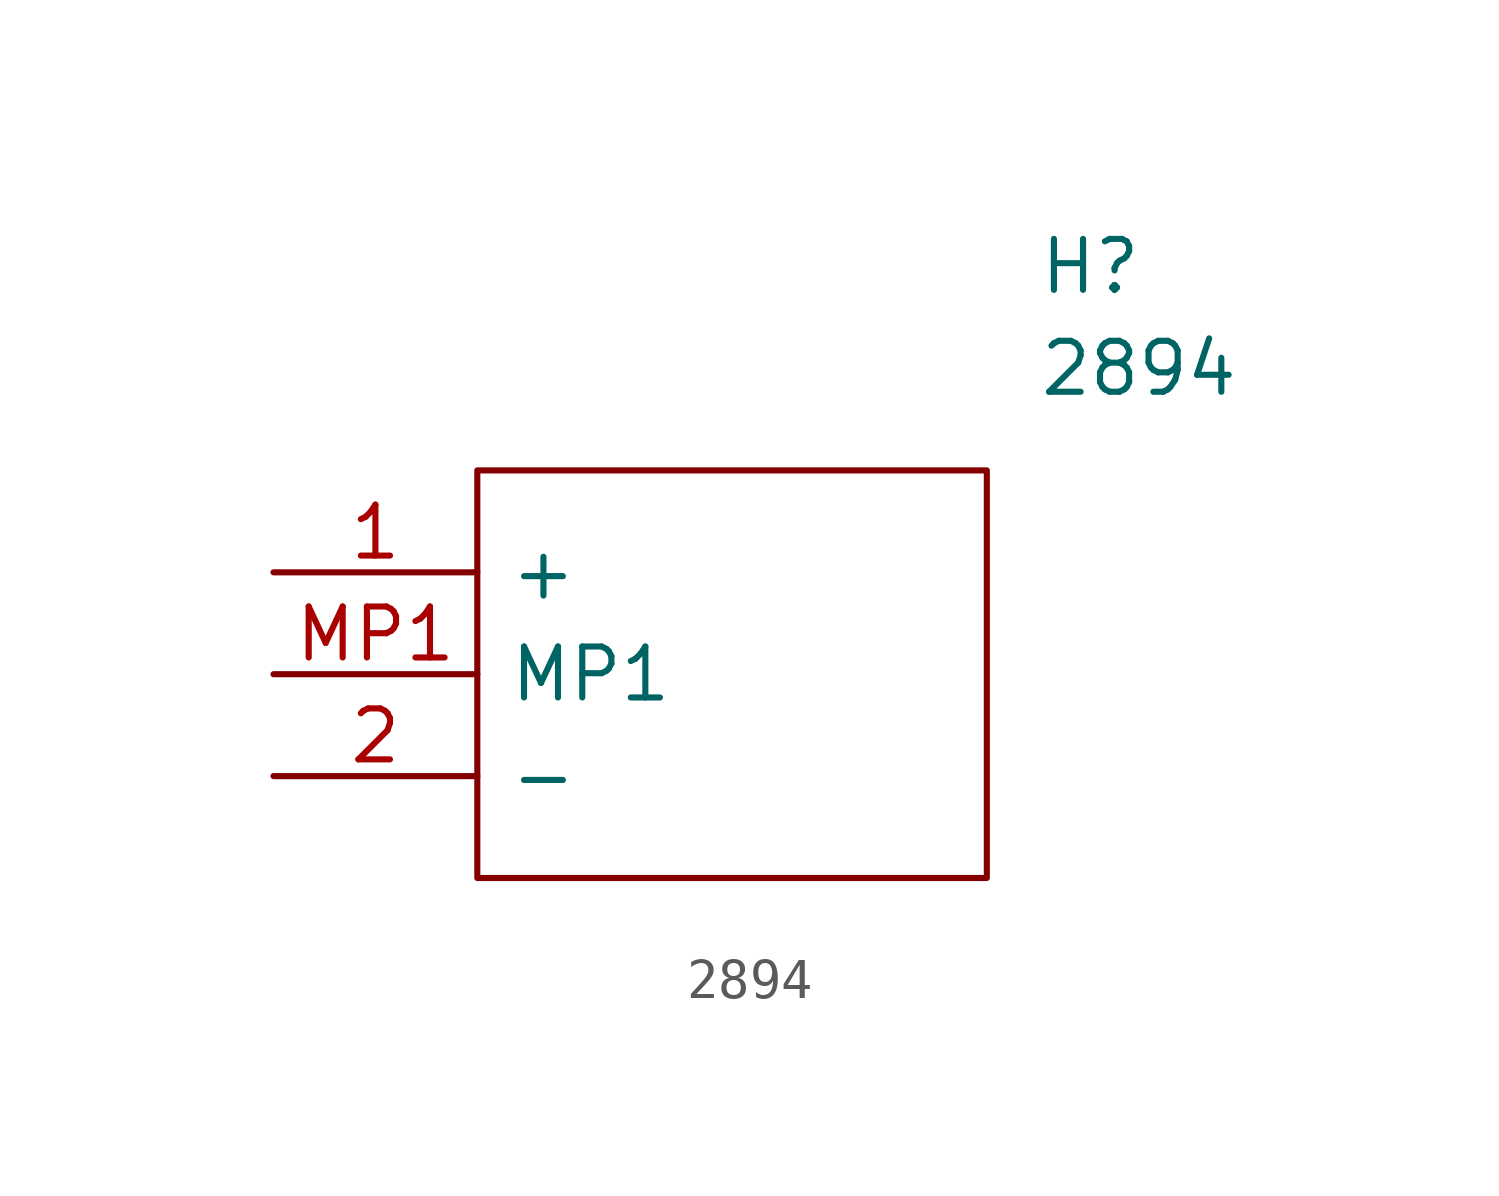
<source format=kicad_sym>
(kicad_symbol_lib
  (version 20211014)
  (generator kicad_symbol_editor)
  (symbol "2894"
    (pin_names
      (offset 0.762))
    (property "Reference" "H"
      (at 19.05 7.62 0)
      (effects (font (size 1.27 1.27)) (justify left)))
    (property "Value" "2894"
      (at 19.05 5.08 0)
      (effects (font (size 1.27 1.27)) (justify left)))
    (symbol "2894_0_0"
      (pin passive line (at 0 0 0) (length 5.08) (name "+" (effects (font (size 1.27 1.27)))) (number "1" (effects (font (size 1.27 1.27)))))
      (pin passive line (at 0 -5.08 0) (length 5.08) (name "-" (effects (font (size 1.27 1.27)))) (number "2" (effects (font (size 1.27 1.27)))))
      (pin passive line (at 0 -2.54 0) (length 5.08) (name "MP1" (effects (font (size 1.27 1.27)))) (number "MP1" (effects (font (size 1.27 1.27))))))
    (symbol "2894_0_1"
      (polyline (pts (xy 5.08 2.54) (xy 17.78 2.54) (xy 17.78 -7.62) (xy 5.08 -7.62) (xy 5.08 2.54)) (stroke (width 0.152) (type default) (color 0 0 0 0)) (fill (type none))))))
</source>
